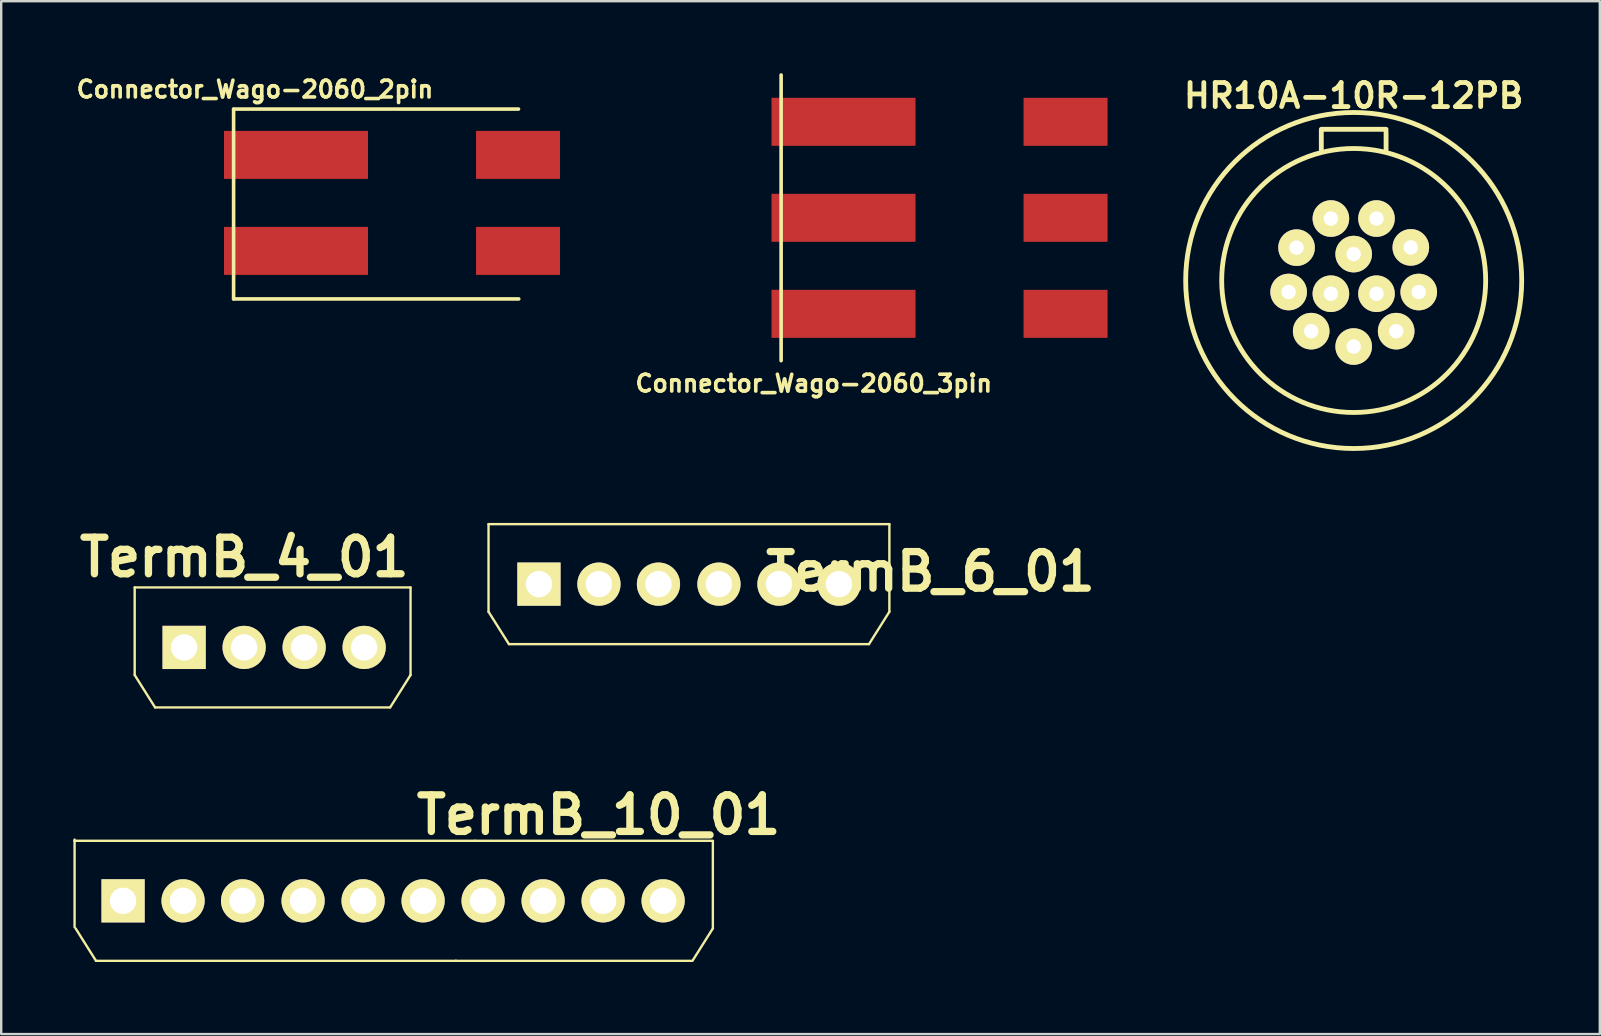
<source format=kicad_pcb>
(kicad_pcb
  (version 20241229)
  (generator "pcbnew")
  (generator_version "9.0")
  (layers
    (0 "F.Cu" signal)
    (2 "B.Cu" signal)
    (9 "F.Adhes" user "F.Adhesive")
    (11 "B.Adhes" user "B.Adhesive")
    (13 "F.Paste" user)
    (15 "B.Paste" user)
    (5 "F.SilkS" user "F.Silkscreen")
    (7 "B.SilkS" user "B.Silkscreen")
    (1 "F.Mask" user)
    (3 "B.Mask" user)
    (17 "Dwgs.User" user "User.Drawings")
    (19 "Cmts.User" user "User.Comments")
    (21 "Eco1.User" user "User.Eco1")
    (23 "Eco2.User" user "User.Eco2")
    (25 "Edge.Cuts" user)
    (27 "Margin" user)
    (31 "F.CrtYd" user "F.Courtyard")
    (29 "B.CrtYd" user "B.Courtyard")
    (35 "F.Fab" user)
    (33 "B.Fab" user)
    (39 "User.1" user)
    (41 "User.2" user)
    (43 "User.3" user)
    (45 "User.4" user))
  (footprint "Connector_Wago-2060_2pin"
    (layer "F.Cu")
    (at 10.282 5.453)
    (property "Reference" "Connector_Wago-2060_2pin" (at -2.71 -4.78 180) (layer "F.SilkS") (effects (font (size 0.7 0.7) (thickness 0.15))))
    (attr smd)
    (fp_line (start -3.6 -3.96) (end 8.27 -3.96) (stroke (width 0.15) (type solid)) (layer "F.SilkS"))
    (fp_line (start -3.6 3.95) (end -3.6 -3.95) (stroke (width 0.15) (type solid)) (layer "F.SilkS"))
    (fp_line (start -3.6 3.95) (end 8.28 3.95) (stroke (width 0.15) (type solid)) (layer "F.SilkS"))
    (pad "1" smd rect (at -1 -2.05) (size 6 2) (layers "F.Cu" "F.Mask" "F.Paste"))
    (pad "1" smd rect (at 8.25 -2.05) (size 3.5 2) (layers "F.Cu" "F.Mask" "F.Paste"))
    (pad "2" smd rect (at -1 1.95) (size 6 2) (layers "F.Cu" "F.Mask" "F.Paste"))
    (pad "2" smd rect (at 8.25 1.95) (size 3.5 2) (layers "F.Cu" "F.Mask" "F.Paste")))
  (footprint "TermB_4_01"
    (layer "F.Cu")
    (at 8.371 23.923)
    (property "Reference" "TermB_4_01" (at -1.245 -3.759 0) (layer "F.SilkS") (effects (font (size 1.524 1.524) (thickness 0.305))))
    (attr smd)
    (fp_line (start -5.81 -2.5) (end -5.81 1.15) (stroke (width 0.099) (type solid)) (layer "F.SilkS"))
    (fp_line (start -5.81 -2.5) (end 5.68 -2.5) (stroke (width 0.099) (type solid)) (layer "F.SilkS"))
    (fp_line (start -5.81 1.15) (end -4.96 2.5) (stroke (width 0.099) (type solid)) (layer "F.SilkS"))
    (fp_line (start 4.825 2.5) (end -4.96 2.5) (stroke (width 0.099) (type solid)) (layer "F.SilkS"))
    (fp_line (start 5.683 -2.5) (end 5.683 1.15) (stroke (width 0.099) (type solid)) (layer "F.SilkS"))
    (fp_line (start 5.683 1.15) (end 4.833 2.5) (stroke (width 0.099) (type solid)) (layer "F.SilkS"))
    (pad "1" thru_hole rect (at -3.75 0) (size 1.8 1.8) (drill 1.1) (layers "*.Cu" "*.Mask" "F.SilkS"))
    (pad "2" thru_hole circle (at -1.25 0) (size 1.8 1.8) (drill 1.1) (layers "*.Cu" "*.Mask" "F.SilkS"))
    (pad "3" thru_hole circle (at 1.25 0) (size 1.8 1.8) (drill 1.1) (layers "*.Cu" "*.Mask" "F.SilkS"))
    (pad "4" thru_hole circle (at 3.75 0) (size 1.8 1.8) (drill 1.1) (layers "*.Cu" "*.Mask" "F.SilkS")))
  (footprint "TermB_10_01"
    (placed yes)
    (layer "F.Cu")
    (at 13.327 34.48)
    (property "Reference" "TermB_10_01" (at 8.56 -3.581 0) (layer "F.SilkS") (effects (font (size 1.524 1.524) (thickness 0.305))))
    (attr smd)
    (fp_line (start -13.278 -2.5) (end 3.422 -2.5) (stroke (width 0.099) (type solid)) (layer "F.SilkS"))
    (fp_line (start -13.27 -2.551) (end -13.27 1.099) (stroke (width 0.099) (type solid)) (layer "F.SilkS"))
    (fp_line (start -13.227 1.15) (end -12.377 2.5) (stroke (width 0.099) (type solid)) (layer "F.SilkS"))
    (fp_line (start 2.624 2.5) (end -12.376 2.5) (stroke (width 0.099) (type solid)) (layer "F.SilkS"))
    (fp_line (start 3.4 -2.5) (end 13.3 -2.5) (stroke (width 0.099) (type solid)) (layer "F.SilkS"))
    (fp_line (start 12.45 2.5) (end 2.6 2.5) (stroke (width 0.099) (type solid)) (layer "F.SilkS"))
    (fp_line (start 13.322 -2.5) (end 13.322 1.15) (stroke (width 0.099) (type solid)) (layer "F.SilkS"))
    (fp_line (start 13.322 1.15) (end 12.472 2.5) (stroke (width 0.099) (type solid)) (layer "F.SilkS"))
    (pad "1" thru_hole rect (at -11.25 0) (size 1.8 1.8) (drill 1.1) (layers "*.Cu" "*.Mask" "F.SilkS"))
    (pad "2" thru_hole circle (at -8.75 0) (size 1.8 1.8) (drill 1.1) (layers "*.Cu" "*.Mask" "F.SilkS"))
    (pad "3" thru_hole circle (at -6.27 0) (size 1.8 1.8) (drill 1.1) (layers "*.Cu" "*.Mask" "F.SilkS"))
    (pad "4" thru_hole circle (at -3.75 0) (size 1.8 1.8) (drill 1.1) (layers "*.Cu" "*.Mask" "F.SilkS"))
    (pad "5" thru_hole circle (at -1.25 0) (size 1.8 1.8) (drill 1.1) (layers "*.Cu" "*.Mask" "F.SilkS"))
    (pad "6" thru_hole circle (at 1.25 0) (size 1.8 1.8) (drill 1.1) (layers "*.Cu" "*.Mask" "F.SilkS"))
    (pad "7" thru_hole circle (at 3.75 0) (size 1.8 1.8) (drill 1.1) (layers "*.Cu" "*.Mask" "F.SilkS"))
    (pad "8" thru_hole circle (at 6.25 0) (size 1.8 1.8) (drill 1.1) (layers "*.Cu" "*.Mask" "F.SilkS"))
    (pad "9" thru_hole circle (at 8.75 0) (size 1.8 1.8) (drill 1.1) (layers "*.Cu" "*.Mask" "F.SilkS"))
    (pad "10" thru_hole circle (at 11.25 0) (size 1.8 1.8) (drill 1.1) (layers "*.Cu" "*.Mask" "F.SilkS")))
  (footprint "HR10A-10R-12PB"
    (layer "F.Cu")
    (at 53.347 8.636)
    (property "Reference" "HR10A-10R-12PB" (at 0 -7.699 0) (layer "F.SilkS") (effects (font (size 1.001 1.001) (thickness 0.201))))
    (attr smd)
    (fp_line (start -1.349 -6.299) (end 1.349 -6.299) (stroke (width 0.201) (type solid)) (layer "F.SilkS"))
    (fp_line (start -1.349 -6.251) (end -1.349 -5.451) (stroke (width 0.201) (type solid)) (layer "F.SilkS"))
    (fp_line (start 1.349 -5.451) (end 1.349 -6.2) (stroke (width 0.201) (type solid)) (layer "F.SilkS"))
    (fp_circle (center 0 0) (end 5.499 0) (stroke (width 0.201) (type solid)) (fill no) (layer "F.SilkS"))
    (fp_circle (center 0 0) (end 7 0) (stroke (width 0.201) (type solid)) (fill no) (layer "F.SilkS"))
    (pad "1" thru_hole circle (at 0.95 -2.581) (size 1.524 1.524) (drill 0.599) (layers "*.Cu" "*.Mask" "F.SilkS"))
    (pad "2" thru_hole circle (at 2.38 -1.379) (size 1.524 1.524) (drill 0.599) (layers "*.Cu" "*.Mask" "F.SilkS"))
    (pad "3" thru_hole circle (at 2.71 0.48) (size 1.524 1.524) (drill 0.599) (layers "*.Cu" "*.Mask" "F.SilkS"))
    (pad "4" thru_hole circle (at 1.77 2.111) (size 1.524 1.524) (drill 0.599) (layers "*.Cu" "*.Mask" "F.SilkS"))
    (pad "5" thru_hole circle (at 0 2.751) (size 1.524 1.524) (drill 0.599) (layers "*.Cu" "*.Mask" "F.SilkS"))
    (pad "6" thru_hole circle (at -1.77 2.111) (size 1.524 1.524) (drill 0.599) (layers "*.Cu" "*.Mask" "F.SilkS"))
    (pad "7" thru_hole circle (at -2.71 0.48) (size 1.524 1.524) (drill 0.599) (layers "*.Cu" "*.Mask" "F.SilkS"))
    (pad "8" thru_hole circle (at -2.38 -1.369) (size 1.524 1.524) (drill 0.599) (layers "*.Cu" "*.Mask" "F.SilkS"))
    (pad "9" thru_hole circle (at -0.95 -2.581) (size 1.524 1.524) (drill 0.599) (layers "*.Cu" "*.Mask" "F.SilkS"))
    (pad "10" thru_hole circle (at 0 -1.1) (size 1.524 1.524) (drill 0.599) (layers "*.Cu" "*.Mask" "F.SilkS"))
    (pad "11" thru_hole circle (at 0.95 0.551) (size 1.524 1.524) (drill 0.599) (layers "*.Cu" "*.Mask" "F.SilkS"))
    (pad "12" thru_hole circle (at -0.95 0.551) (size 1.524 1.524) (drill 0.599) (layers "*.Cu" "*.Mask" "F.SilkS")))
  (footprint "TermB_6_01"
    (layer "F.Cu")
    (at 25.653 21.286)
    (property "Reference" "TermB_6_01" (at 10.062 -0.522 0) (layer "F.SilkS") (effects (font (size 1.524 1.524) (thickness 0.305))))
    (attr smd)
    (fp_line (start -8.35 -2.5) (end -8.35 1.15) (stroke (width 0.099) (type solid)) (layer "F.SilkS"))
    (fp_line (start -8.35 -2.5) (end 8.35 -2.5) (stroke (width 0.099) (type solid)) (layer "F.SilkS"))
    (fp_line (start -8.35 1.15) (end -7.5 2.5) (stroke (width 0.099) (type solid)) (layer "F.SilkS"))
    (fp_line (start 7.5 2.5) (end -7.5 2.5) (stroke (width 0.099) (type solid)) (layer "F.SilkS"))
    (fp_line (start 8.35 -2.5) (end 8.35 1.15) (stroke (width 0.099) (type solid)) (layer "F.SilkS"))
    (fp_line (start 8.35 1.15) (end 7.5 2.5) (stroke (width 0.099) (type solid)) (layer "F.SilkS"))
    (pad "1" thru_hole rect (at -6.25 0) (size 1.8 1.8) (drill 1.1) (layers "*.Cu" "*.Mask" "F.SilkS"))
    (pad "2" thru_hole circle (at -3.75 0) (size 1.8 1.8) (drill 1.1) (layers "*.Cu" "*.Mask" "F.SilkS"))
    (pad "3" thru_hole circle (at -1.27 0) (size 1.8 1.8) (drill 1.1) (layers "*.Cu" "*.Mask" "F.SilkS"))
    (pad "4" thru_hole circle (at 1.25 0) (size 1.8 1.8) (drill 1.1) (layers "*.Cu" "*.Mask" "F.SilkS"))
    (pad "5" thru_hole circle (at 3.75 0) (size 1.8 1.8) (drill 1.1) (layers "*.Cu" "*.Mask" "F.SilkS"))
    (pad "6" thru_hole circle (at 6.25 0) (size 1.8 1.8) (drill 1.1) (layers "*.Cu" "*.Mask" "F.SilkS")))
  (footprint "Connector_Wago-2060_3pin"
    (layer "F.Cu")
    (at 33.093 6.025)
    (property "Reference" "Connector_Wago-2060_3pin" (at -2.24 6.9 180) (layer "F.SilkS") (effects (font (size 0.7 0.7) (thickness 0.15))))
    (attr through_hole)
    (fp_line (start -3.6 5.95) (end -3.6 -5.95) (stroke (width 0.15) (type solid)) (layer "F.SilkS"))
    (pad "1" smd rect (at -1 -4) (size 6 2) (layers "F.Cu" "F.Mask" "F.Paste"))
    (pad "1" smd rect (at 8.25 -4) (size 3.5 2) (layers "F.Cu" "F.Mask" "F.Paste"))
    (pad "2" smd rect (at -1 0) (size 6 2) (layers "F.Cu" "F.Mask" "F.Paste"))
    (pad "2" smd rect (at 8.25 0) (size 3.5 2) (layers "F.Cu" "F.Mask" "F.Paste"))
    (pad "3" smd rect (at -1 4) (size 6 2) (layers "F.Cu" "F.Mask" "F.Paste"))
    (pad "3" smd rect (at 8.25 4) (size 3.5 2) (layers "F.Cu" "F.Mask" "F.Paste")))
  (gr_rect
    (start -3 -3)
    (end 63.601 40.03)
    (stroke (width 0.1) (type default))
    (fill no)
    (layer "Edge.Cuts")))
</source>
